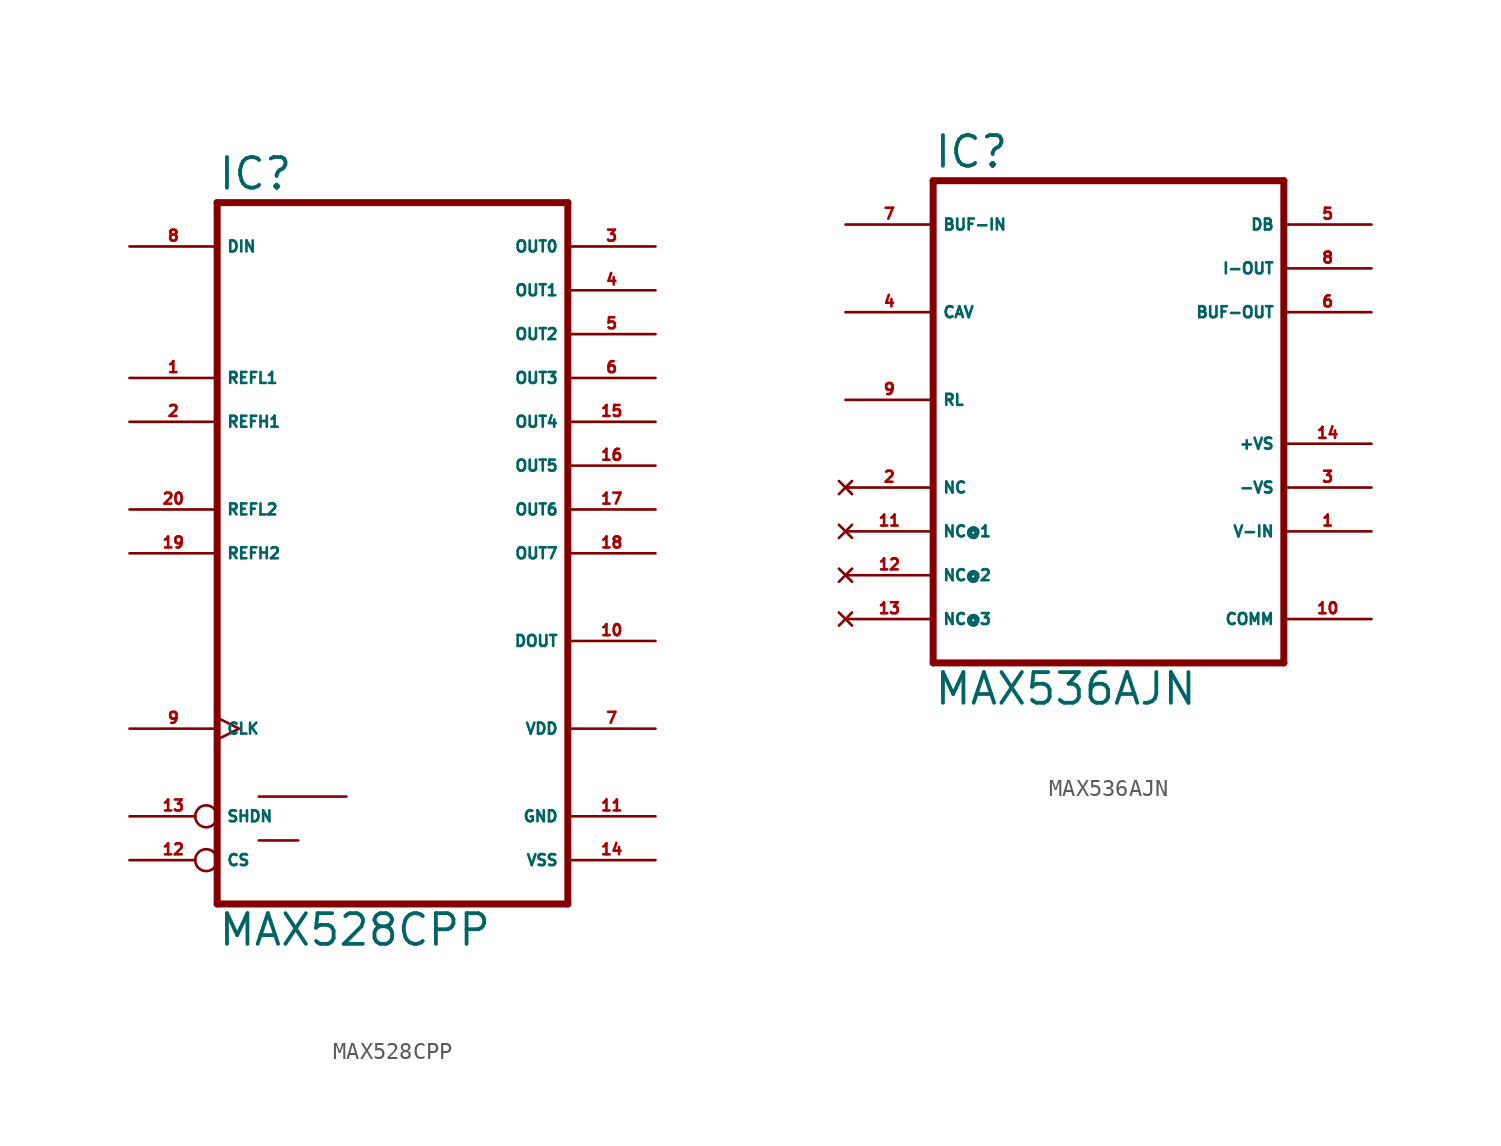
<source format=kicad_sym>
(kicad_symbol_lib
  (version 20220914)
  (generator Eagle2Kicad)
  (symbol "MAX528CPP"
    (property "Reference" "IC"
      (at -10.16 18.415 0)
      (effects (font (size 1.778 1.778) (thickness 0.22)) (justify left bottom)))
    (property "Value" "MAX528CPP"
      (at -10.16 -25.4 0)
      (effects (font (size 1.778 1.778) (thickness 0.22)) (justify left bottom)))
    (polyline
      (pts (xy -10.16 -22.86) (xy 10.16 -22.86))
      (stroke (width 0.406) (type default))
      (fill (type none)))
    (polyline
      (pts (xy 10.16 17.78) (xy 10.16 -22.86))
      (stroke (width 0.406) (type default))
      (fill (type none)))
    (polyline
      (pts (xy 10.16 17.78) (xy -10.16 17.78))
      (stroke (width 0.406) (type default))
      (fill (type none)))
    (polyline
      (pts (xy -10.16 -22.86) (xy -10.16 17.78))
      (stroke (width 0.406) (type default))
      (fill (type none)))
    (polyline
      (pts (xy -7.747 -16.637) (xy -2.667 -16.637))
      (stroke (width 0.152) (type default))
      (fill (type none)))
    (polyline
      (pts (xy -7.747 -19.177) (xy -5.461 -19.177))
      (stroke (width 0.152) (type default))
      (fill (type none)))
    (pin input clock
      (at -15.24 -12.7 0)
      (length 5.08)
      (name "CLK" (effects (font (size 0.635 0.635) (thickness 0.08)) (justify left bottom)))
      (number "9" (effects (font (size 0.635 0.635) (thickness 0.08)) (justify left bottom))))
    (pin input line
      (at -15.24 15.24 0)
      (length 5.08)
      (name "DIN" (effects (font (size 0.635 0.635) (thickness 0.08)) (justify left bottom)))
      (number "8" (effects (font (size 0.635 0.635) (thickness 0.08)) (justify left bottom))))
    (pin input inverted
      (at -15.24 -17.78 0)
      (length 5.08)
      (name "SHDN" (effects (font (size 0.635 0.635) (thickness 0.08)) (justify left bottom)))
      (number "13" (effects (font (size 0.635 0.635) (thickness 0.08)) (justify left bottom))))
    (pin output line
      (at 15.24 15.24 180)
      (length 5.08)
      (name "OUT0" (effects (font (size 0.635 0.635) (thickness 0.08)) (justify left bottom)))
      (number "3" (effects (font (size 0.635 0.635) (thickness 0.08)) (justify left bottom))))
    (pin input inverted
      (at -15.24 -20.32 0)
      (length 5.08)
      (name "CS" (effects (font (size 0.635 0.635) (thickness 0.08)) (justify left bottom)))
      (number "12" (effects (font (size 0.635 0.635) (thickness 0.08)) (justify left bottom))))
    (pin unspecified line
      (at 15.24 -17.78 180)
      (length 5.08)
      (name "GND" (effects (font (size 0.635 0.635) (thickness 0.08)) (justify left bottom)))
      (number "11" (effects (font (size 0.635 0.635) (thickness 0.08)) (justify left bottom))))
    (pin unspecified line
      (at 15.24 -12.7 180)
      (length 5.08)
      (name "VDD" (effects (font (size 0.635 0.635) (thickness 0.08)) (justify left bottom)))
      (number "7" (effects (font (size 0.635 0.635) (thickness 0.08)) (justify left bottom))))
    (pin output line
      (at 15.24 12.7 180)
      (length 5.08)
      (name "OUT1" (effects (font (size 0.635 0.635) (thickness 0.08)) (justify left bottom)))
      (number "4" (effects (font (size 0.635 0.635) (thickness 0.08)) (justify left bottom))))
    (pin output line
      (at 15.24 10.16 180)
      (length 5.08)
      (name "OUT2" (effects (font (size 0.635 0.635) (thickness 0.08)) (justify left bottom)))
      (number "5" (effects (font (size 0.635 0.635) (thickness 0.08)) (justify left bottom))))
    (pin output line
      (at 15.24 7.62 180)
      (length 5.08)
      (name "OUT3" (effects (font (size 0.635 0.635) (thickness 0.08)) (justify left bottom)))
      (number "6" (effects (font (size 0.635 0.635) (thickness 0.08)) (justify left bottom))))
    (pin input line
      (at -15.24 7.62 0)
      (length 5.08)
      (name "REFL1" (effects (font (size 0.635 0.635) (thickness 0.08)) (justify left bottom)))
      (number "1" (effects (font (size 0.635 0.635) (thickness 0.08)) (justify left bottom))))
    (pin input line
      (at -15.24 5.08 0)
      (length 5.08)
      (name "REFH1" (effects (font (size 0.635 0.635) (thickness 0.08)) (justify left bottom)))
      (number "2" (effects (font (size 0.635 0.635) (thickness 0.08)) (justify left bottom))))
    (pin input line
      (at -15.24 0 0)
      (length 5.08)
      (name "REFL2" (effects (font (size 0.635 0.635) (thickness 0.08)) (justify left bottom)))
      (number "20" (effects (font (size 0.635 0.635) (thickness 0.08)) (justify left bottom))))
    (pin input line
      (at -15.24 -2.54 0)
      (length 5.08)
      (name "REFH2" (effects (font (size 0.635 0.635) (thickness 0.08)) (justify left bottom)))
      (number "19" (effects (font (size 0.635 0.635) (thickness 0.08)) (justify left bottom))))
    (pin unspecified line
      (at 15.24 -20.32 180)
      (length 5.08)
      (name "VSS" (effects (font (size 0.635 0.635) (thickness 0.08)) (justify left bottom)))
      (number "14" (effects (font (size 0.635 0.635) (thickness 0.08)) (justify left bottom))))
    (pin output line
      (at 15.24 5.08 180)
      (length 5.08)
      (name "OUT4" (effects (font (size 0.635 0.635) (thickness 0.08)) (justify left bottom)))
      (number "15" (effects (font (size 0.635 0.635) (thickness 0.08)) (justify left bottom))))
    (pin output line
      (at 15.24 2.54 180)
      (length 5.08)
      (name "OUT5" (effects (font (size 0.635 0.635) (thickness 0.08)) (justify left bottom)))
      (number "16" (effects (font (size 0.635 0.635) (thickness 0.08)) (justify left bottom))))
    (pin output line
      (at 15.24 0 180)
      (length 5.08)
      (name "OUT6" (effects (font (size 0.635 0.635) (thickness 0.08)) (justify left bottom)))
      (number "17" (effects (font (size 0.635 0.635) (thickness 0.08)) (justify left bottom))))
    (pin output line
      (at 15.24 -2.54 180)
      (length 5.08)
      (name "OUT7" (effects (font (size 0.635 0.635) (thickness 0.08)) (justify left bottom)))
      (number "18" (effects (font (size 0.635 0.635) (thickness 0.08)) (justify left bottom))))
    (pin output line
      (at 15.24 -7.62 180)
      (length 5.08)
      (name "DOUT" (effects (font (size 0.635 0.635) (thickness 0.08)) (justify left bottom)))
      (number "10" (effects (font (size 0.635 0.635) (thickness 0.08)) (justify left bottom)))))
  (symbol "MAX536AJN"
    (property "Reference" "IC"
      (at -10.16 15.875 0)
      (effects (font (size 1.778 1.778) (thickness 0.22)) (justify left bottom)))
    (property "Value" "MAX536AJN"
      (at -10.16 -15.24 0)
      (effects (font (size 1.778 1.778) (thickness 0.22)) (justify left bottom)))
    (polyline
      (pts (xy 10.16 -12.7) (xy -10.16 -12.7))
      (stroke (width 0.406) (type default))
      (fill (type none)))
    (polyline
      (pts (xy -10.16 15.24) (xy -10.16 -12.7))
      (stroke (width 0.406) (type default))
      (fill (type none)))
    (polyline
      (pts (xy -10.16 15.24) (xy 10.16 15.24))
      (stroke (width 0.406) (type default))
      (fill (type none)))
    (polyline
      (pts (xy 10.16 -12.7) (xy 10.16 15.24))
      (stroke (width 0.406) (type default))
      (fill (type none)))
    (pin input line
      (at -15.24 12.7 0)
      (length 5.08)
      (name "BUF-IN" (effects (font (size 0.635 0.635) (thickness 0.08)) (justify left bottom)))
      (number "7" (effects (font (size 0.635 0.635) (thickness 0.08)) (justify left bottom))))
    (pin passive line
      (at -15.24 7.62 0)
      (length 5.08)
      (name "CAV" (effects (font (size 0.635 0.635) (thickness 0.08)) (justify left bottom)))
      (number "4" (effects (font (size 0.635 0.635) (thickness 0.08)) (justify left bottom))))
    (pin passive line
      (at -15.24 2.54 0)
      (length 5.08)
      (name "RL" (effects (font (size 0.635 0.635) (thickness 0.08)) (justify left bottom)))
      (number "9" (effects (font (size 0.635 0.635) (thickness 0.08)) (justify left bottom))))
    (pin no_connect line
      (at -15.24 -10.16 0)
      (length 5.08)
      (name "NC@3" (effects (font (size 0.635 0.635) (thickness 0.08)) (justify left bottom) hide))
      (number "13" (effects (font (size 0.635 0.635) (thickness 0.08)) (justify left bottom) hide)))
    (pin no_connect line
      (at -15.24 -2.54 0)
      (length 5.08)
      (name "NC" (effects (font (size 0.635 0.635) (thickness 0.08)) (justify left bottom) hide))
      (number "2" (effects (font (size 0.635 0.635) (thickness 0.08)) (justify left bottom) hide)))
    (pin no_connect line
      (at -15.24 -5.08 0)
      (length 5.08)
      (name "NC@1" (effects (font (size 0.635 0.635) (thickness 0.08)) (justify left bottom) hide))
      (number "11" (effects (font (size 0.635 0.635) (thickness 0.08)) (justify left bottom) hide)))
    (pin no_connect line
      (at -15.24 -7.62 0)
      (length 5.08)
      (name "NC@2" (effects (font (size 0.635 0.635) (thickness 0.08)) (justify left bottom) hide))
      (number "12" (effects (font (size 0.635 0.635) (thickness 0.08)) (justify left bottom) hide)))
    (pin output line
      (at 15.24 7.62 180)
      (length 5.08)
      (name "BUF-OUT" (effects (font (size 0.635 0.635) (thickness 0.08)) (justify left bottom)))
      (number "6" (effects (font (size 0.635 0.635) (thickness 0.08)) (justify left bottom))))
    (pin output line
      (at 15.24 10.16 180)
      (length 5.08)
      (name "I-OUT" (effects (font (size 0.635 0.635) (thickness 0.08)) (justify left bottom)))
      (number "8" (effects (font (size 0.635 0.635) (thickness 0.08)) (justify left bottom))))
    (pin output line
      (at 15.24 12.7 180)
      (length 5.08)
      (name "DB" (effects (font (size 0.635 0.635) (thickness 0.08)) (justify left bottom)))
      (number "5" (effects (font (size 0.635 0.635) (thickness 0.08)) (justify left bottom))))
    (pin unspecified line
      (at 15.24 -10.16 180)
      (length 5.08)
      (name "COMM" (effects (font (size 0.635 0.635) (thickness 0.08)) (justify left bottom)))
      (number "10" (effects (font (size 0.635 0.635) (thickness 0.08)) (justify left bottom))))
    (pin unspecified line
      (at 15.24 -5.08 180)
      (length 5.08)
      (name "V-IN" (effects (font (size 0.635 0.635) (thickness 0.08)) (justify left bottom)))
      (number "1" (effects (font (size 0.635 0.635) (thickness 0.08)) (justify left bottom))))
    (pin unspecified line
      (at 15.24 -2.54 180)
      (length 5.08)
      (name "-VS" (effects (font (size 0.635 0.635) (thickness 0.08)) (justify left bottom)))
      (number "3" (effects (font (size 0.635 0.635) (thickness 0.08)) (justify left bottom))))
    (pin unspecified line
      (at 15.24 0 180)
      (length 5.08)
      (name "+VS" (effects (font (size 0.635 0.635) (thickness 0.08)) (justify left bottom)))
      (number "14" (effects (font (size 0.635 0.635) (thickness 0.08)) (justify left bottom))))))
</source>
